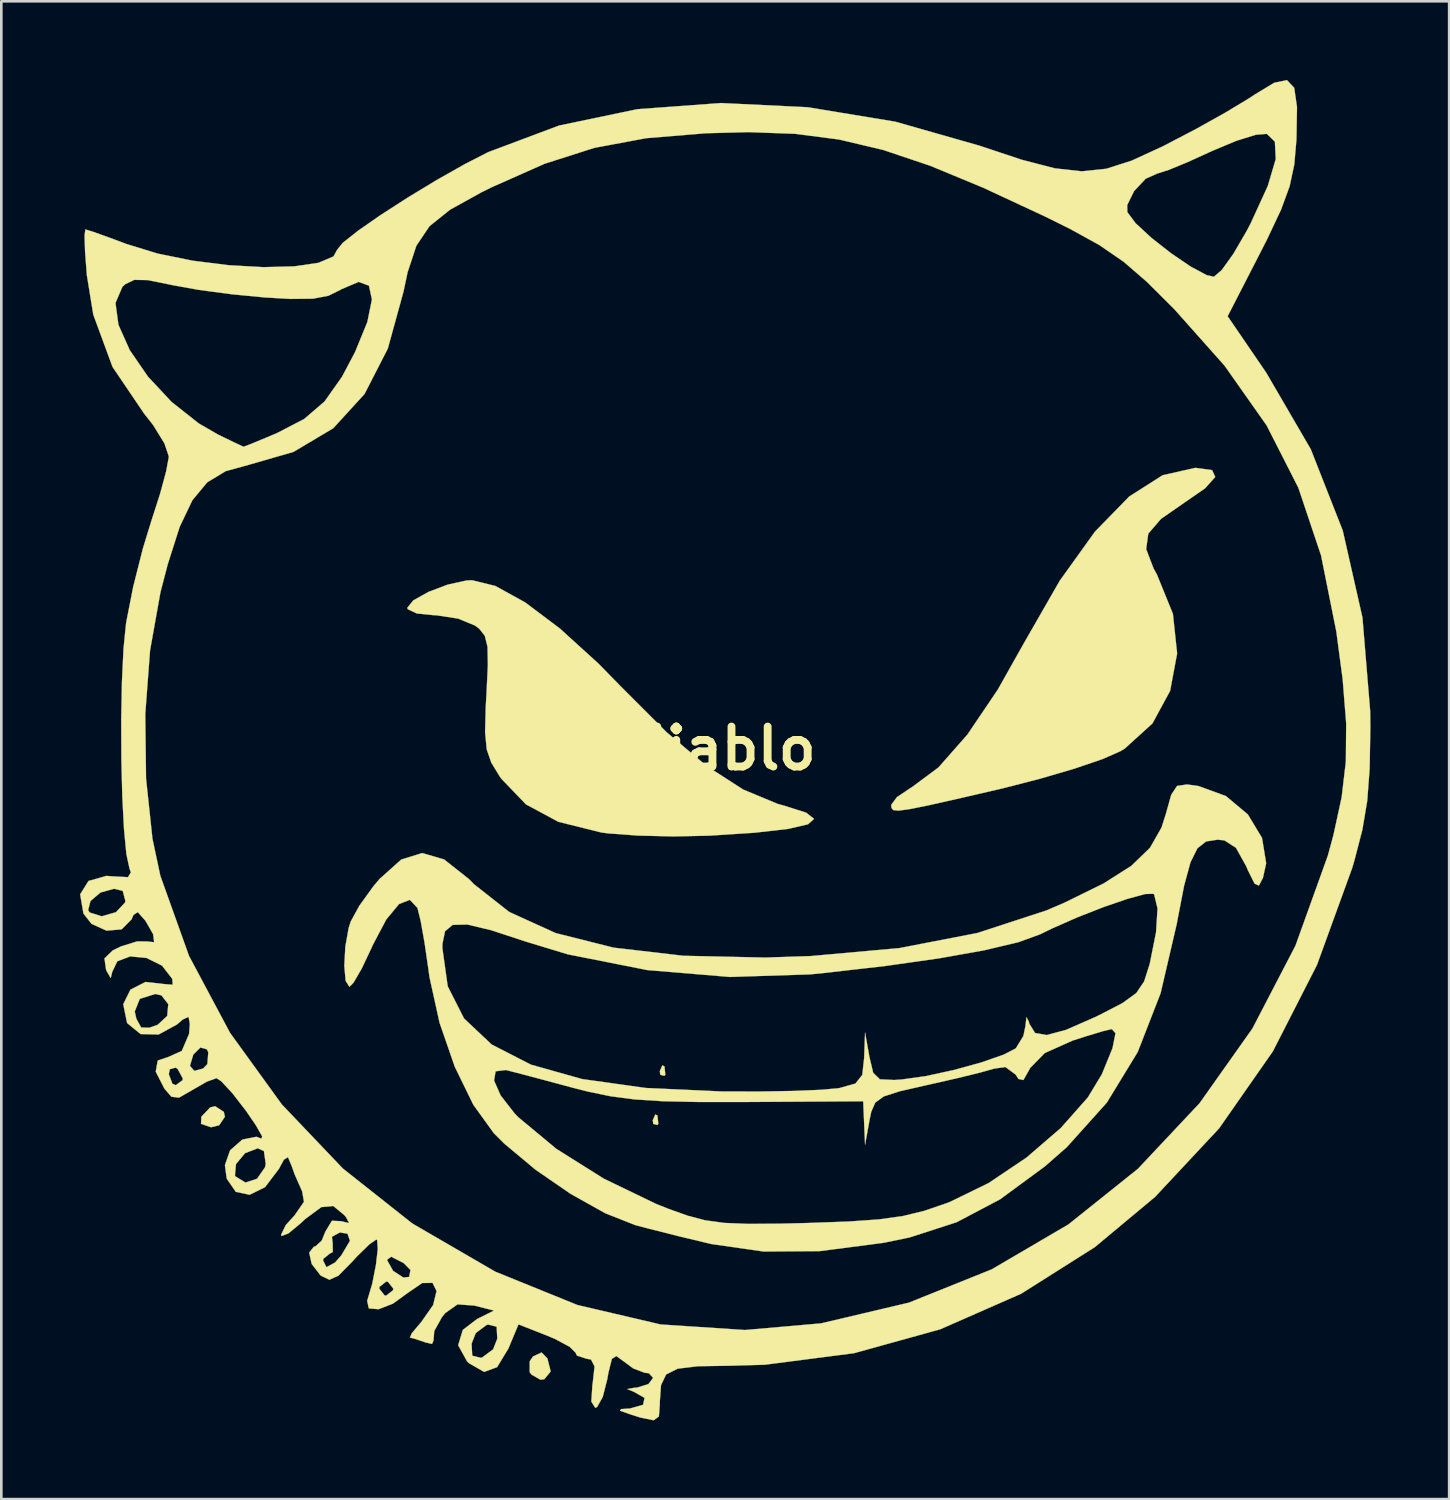
<source format=kicad_pcb>
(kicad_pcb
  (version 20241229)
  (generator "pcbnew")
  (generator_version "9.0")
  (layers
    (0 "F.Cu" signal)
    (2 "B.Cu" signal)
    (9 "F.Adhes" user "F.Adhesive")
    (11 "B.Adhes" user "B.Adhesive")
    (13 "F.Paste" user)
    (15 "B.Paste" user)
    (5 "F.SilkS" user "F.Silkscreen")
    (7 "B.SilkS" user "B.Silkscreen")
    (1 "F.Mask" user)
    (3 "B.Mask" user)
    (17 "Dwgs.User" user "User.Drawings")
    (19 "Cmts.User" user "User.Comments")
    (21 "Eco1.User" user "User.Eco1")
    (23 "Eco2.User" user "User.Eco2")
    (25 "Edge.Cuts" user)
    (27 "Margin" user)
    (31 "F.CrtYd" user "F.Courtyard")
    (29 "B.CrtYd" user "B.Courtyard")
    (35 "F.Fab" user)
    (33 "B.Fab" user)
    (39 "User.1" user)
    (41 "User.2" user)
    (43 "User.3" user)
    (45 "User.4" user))
  (footprint "diablo"
    (layer "F.Cu")
    (at 24.506 25.48)
    (property "Reference" "diablo" (at 0 0 0) (layer "F.SilkS") (effects (font (size 1.524 1.524) (thickness 0.3))))
    (attr through_hole)
    (fp_poly (pts (xy -2.495 13.992) (xy -2.463 14.31) (xy -2.495 14.349) (xy -2.654 14.312) (xy -2.674 14.171) (xy -2.576 13.95) (xy -2.495 13.992)) (stroke (width 0.01) (type solid)) (fill yes) (layer "F.SilkS"))
    (fp_poly (pts (xy -2.228 12.121) (xy -2.196 12.438) (xy -2.228 12.477) (xy -2.387 12.44) (xy -2.406 12.299) (xy -2.308 12.079) (xy -2.228 12.121)) (stroke (width 0.01) (type solid)) (fill yes) (layer "F.SilkS"))
    (fp_poly (pts (xy -19.026 13.85) (xy -18.983 14.037) (xy -19.205 14.364) (xy -19.51 14.438) (xy -19.893 14.308) (xy -19.882 14.037) (xy -19.545 13.682) (xy -19.356 13.636) (xy -19.026 13.85)) (stroke (width 0.01) (type solid)) (fill yes) (layer "F.SilkS"))
    (fp_poly (pts (xy -6.691 23.251) (xy -6.565 23.747) (xy -6.809 24.042) (xy -6.952 24.063) (xy -7.294 23.868) (xy -7.367 23.772) (xy -7.365 23.359) (xy -7.238 23.173) (xy -6.91 23.023) (xy -6.691 23.251)) (stroke (width 0.01) (type solid)) (fill yes) (layer "F.SilkS"))
    (fp_poly (pts (xy 18.647 -10.609) (xy 18.766 -10.349) (xy 18.379 -9.917) (xy 17.634 -9.402) (xy 16.699 -8.752) (xy 16.214 -8.19) (xy 16.133 -7.6) (xy 16.412 -6.867) (xy 16.544 -6.628) (xy 17.153 -5.131) (xy 17.313 -3.621) (xy 17.046 -2.196) (xy 16.372 -0.954) (xy 15.312 0.007) (xy 15.147 0.106) (xy 14.468 0.404) (xy 13.403 0.767) (xy 12.089 1.153) (xy 10.662 1.52) (xy 10.427 1.575) (xy 8.905 1.926) (xy 7.826 2.169) (xy 7.116 2.312) (xy 6.696 2.369) (xy 6.491 2.348) (xy 6.423 2.262) (xy 6.417 2.146) (xy 6.631 1.856) (xy 7.149 1.507) (xy 7.188 1.486) (xy 8.215 0.724) (xy 9.32 -0.531) (xy 10.478 -2.245) (xy 11.465 -4) (xy 12.84 -6.396) (xy 14.182 -8.266) (xy 15.489 -9.606) (xy 16.761 -10.416) (xy 17.996 -10.695) (xy 18.023 -10.695) (xy 18.647 -10.609)) (stroke (width 0.01) (type solid)) (fill yes) (layer "F.SilkS"))
    (fp_poly (pts (xy -8.674 -6.195) (xy -7.538 -5.568) (xy -6.213 -4.571) (xy -4.751 -3.242) (xy -3.848 -2.32) (xy -2.135 -0.608) (xy -0.614 0.673) (xy 0.773 1.566) (xy 2.084 2.111) (xy 2.339 2.182) (xy 3.173 2.447) (xy 3.473 2.683) (xy 3.244 2.889) (xy 2.486 3.066) (xy 1.202 3.212) (xy -0.535 3.324) (xy -1.876 3.352) (xy -3.229 3.321) (xy -4.359 3.238) (xy -4.645 3.2) (xy -6.273 2.795) (xy -7.508 2.131) (xy -8.448 1.152) (xy -8.515 1.055) (xy -8.828 0.542) (xy -9.003 0.038) (xy -9.066 -0.618) (xy -9.041 -1.584) (xy -9.013 -2.077) (xy -8.96 -3.179) (xy -8.973 -3.876) (xy -9.076 -4.294) (xy -9.287 -4.563) (xy -9.447 -4.684) (xy -10.095 -4.951) (xy -10.927 -5.078) (xy -11.022 -5.08) (xy -11.669 -5.146) (xy -12.014 -5.309) (xy -12.032 -5.361) (xy -11.8 -5.647) (xy -11.227 -5.967) (xy -10.493 -6.245) (xy -9.779 -6.402) (xy -9.567 -6.414) (xy -8.674 -6.195)) (stroke (width 0.01) (type solid)) (fill yes) (layer "F.SilkS"))
    (fp_poly (pts (xy 18.128 1.432) (xy 19.173 1.814) (xy 20.009 2.514) (xy 20.549 3.409) (xy 20.707 4.376) (xy 20.585 4.93) (xy 20.429 5.227) (xy 20.265 5.151) (xy 20.012 4.644) (xy 19.941 4.478) (xy 19.555 3.786) (xy 19.115 3.503) (xy 18.855 3.476) (xy 18.419 3.544) (xy 18.088 3.803) (xy 17.822 4.337) (xy 17.579 5.229) (xy 17.321 6.563) (xy 17.299 6.686) (xy 16.683 9.33) (xy 15.811 11.57) (xy 14.635 13.497) (xy 13.105 15.2) (xy 12.272 15.93) (xy 10.562 17.186) (xy 8.908 18.058) (xy 7.117 18.638) (xy 6.112 18.845) (xy 3.682 19.16) (xy 1.55 19.175) (xy -0.429 18.891) (xy -0.535 18.867) (xy -1.679 18.593) (xy -2.878 18.29) (xy -3.342 18.168) (xy -4.479 17.719) (xy -5.803 16.979) (xy -7.144 16.056) (xy -8.337 15.059) (xy -8.733 14.664) (xy -9.512 13.585) (xy -9.964 12.659) (xy -8.724 12.659) (xy -8.474 13.225) (xy -7.94 13.911) (xy -7.794 14.061) (xy -6.349 15.262) (xy -4.542 16.397) (xy -2.543 17.362) (xy -2.068 17.551) (xy -1.337 17.812) (xy -0.676 17.985) (xy 0.046 18.084) (xy 0.958 18.122) (xy 2.191 18.113) (xy 3.208 18.088) (xy 4.776 18.032) (xy 5.95 17.95) (xy 6.871 17.82) (xy 7.679 17.623) (xy 8.515 17.336) (xy 8.664 17.279) (xy 10.127 16.565) (xy 11.575 15.591) (xy 12.879 14.467) (xy 13.908 13.304) (xy 14.444 12.419) (xy 14.851 11.421) (xy 14.964 10.853) (xy 14.822 10.695) (xy 14.503 10.771) (xy 13.848 10.968) (xy 13.329 11.134) (xy 12.267 11.609) (xy 11.709 12.181) (xy 11.692 12.217) (xy 11.454 12.637) (xy 11.266 12.598) (xy 11.161 12.434) (xy 10.768 12.142) (xy 10.341 12.203) (xy 9.801 12.354) (xy 8.917 12.571) (xy 7.872 12.809) (xy 7.754 12.835) (xy 6.739 13.066) (xy 6.13 13.263) (xy 5.807 13.499) (xy 5.653 13.848) (xy 5.583 14.189) (xy 5.418 15.106) (xy 5.347 13.448) (xy 0.869 13.475) (xy -0.916 13.476) (xy -2.289 13.446) (xy -3.374 13.376) (xy -4.293 13.255) (xy -5.169 13.073) (xy -5.748 12.925) (xy -6.789 12.645) (xy -7.656 12.415) (xy -8.199 12.274) (xy -8.273 12.256) (xy -8.665 12.305) (xy -8.724 12.659) (xy -9.964 12.659) (xy -10.222 12.13) (xy -10.801 10.456) (xy -11.184 8.721) (xy -11.227 8.413) (xy -11.344 7.603) (xy -10.695 7.603) (xy -10.49 9.066) (xy -9.868 10.291) (xy -8.815 11.284) (xy -7.318 12.052) (xy -5.363 12.602) (xy -2.938 12.941) (xy -0.033 13.074) (xy 1.382 13.076) (xy 2.681 13.054) (xy 3.73 13.011) (xy 4.394 12.952) (xy 4.446 12.943) (xy 5.051 12.772) (xy 5.311 12.443) (xy 5.383 11.801) (xy 5.418 10.828) (xy 5.585 11.764) (xy 5.727 12.361) (xy 5.984 12.611) (xy 6.532 12.637) (xy 6.82 12.617) (xy 7.732 12.489) (xy 8.798 12.257) (xy 9.846 11.969) (xy 10.699 11.671) (xy 11.163 11.432) (xy 11.452 10.961) (xy 11.528 10.595) (xy 11.571 10.243) (xy 11.656 10.403) (xy 11.681 10.494) (xy 11.897 10.844) (xy 12.338 10.924) (xy 13.076 10.727) (xy 14.18 10.243) (xy 14.342 10.165) (xy 15.229 9.706) (xy 15.756 9.323) (xy 16.056 8.879) (xy 16.26 8.239) (xy 16.277 8.175) (xy 16.51 7.003) (xy 16.566 6.099) (xy 16.44 5.572) (xy 16.412 5.539) (xy 16.097 5.548) (xy 15.423 5.731) (xy 14.52 6.041) (xy 13.518 6.433) (xy 12.545 6.861) (xy 12.091 7.083) (xy 11.263 7.384) (xy 9.963 7.692) (xy 8.251 7.998) (xy 6.191 8.291) (xy 3.843 8.559) (xy 3.321 8.611) (xy 0.265 8.709) (xy -2.881 8.447) (xy -5.909 7.848) (xy -7.523 7.358) (xy -8.84 6.925) (xy -9.741 6.711) (xy -10.301 6.724) (xy -10.593 6.967) (xy -10.692 7.448) (xy -10.695 7.603) (xy -11.344 7.603) (xy -11.373 7.406) (xy -11.522 6.569) (xy -11.643 6.081) (xy -11.643 6.079) (xy -11.933 5.77) (xy -12.344 5.929) (xy -12.831 6.516) (xy -13.348 7.493) (xy -13.397 7.605) (xy -13.767 8.387) (xy -14.078 8.924) (xy -14.237 9.086) (xy -14.381 8.858) (xy -14.432 8.287) (xy -14.393 7.556) (xy -14.267 6.847) (xy -14.188 6.598) (xy -13.859 5.995) (xy -13.325 5.255) (xy -13.091 4.976) (xy -12.263 4.235) (xy -11.463 3.986) (xy -10.626 4.231) (xy -9.686 4.974) (xy -9.481 5.181) (xy -8.142 6.234) (xy -6.374 7.037) (xy -4.166 7.592) (xy -1.508 7.902) (xy 1.612 7.97) (xy 3.342 7.913) (xy 6.725 7.609) (xy 9.701 7.033) (xy 12.332 6.173) (xy 13.009 5.883) (xy 14.507 5.147) (xy 15.569 4.472) (xy 16.279 3.785) (xy 16.718 3.015) (xy 16.883 2.498) (xy 17.089 1.764) (xy 17.311 1.428) (xy 17.69 1.371) (xy 18.128 1.432)) (stroke (width 0.01) (type solid)) (fill yes) (layer "F.SilkS"))
    (fp_poly (pts (xy 21.776 -25.183) (xy 21.882 -24.455) (xy 21.862 -23.246) (xy 21.861 -23.207) (xy 21.78 -22.268) (xy 21.603 -21.436) (xy 21.277 -20.543) (xy 20.747 -19.419) (xy 20.506 -18.945) (xy 19.238 -16.476) (xy 20.711 -14.321) (xy 22.408 -11.405) (xy 23.626 -8.307) (xy 24.377 -4.991) (xy 24.672 -1.419) (xy 24.678 -0.802) (xy 24.652 0.762) (xy 24.56 1.993) (xy 24.375 3.094) (xy 24.072 4.263) (xy 23.983 4.564) (xy 22.643 8.252) (xy 20.962 11.545) (xy 18.914 14.479) (xy 16.475 17.09) (xy 14.173 19.01) (xy 11.369 20.783) (xy 8.283 22.139) (xy 4.998 23.05) (xy 1.598 23.49) (xy 0.266 23.528) (xy -0.949 23.547) (xy -1.727 23.641) (xy -2.165 23.862) (xy -2.359 24.266) (xy -2.406 24.907) (xy -2.406 25.021) (xy -2.441 25.463) (xy -2.64 25.607) (xy -3.144 25.504) (xy -3.476 25.4) (xy -3.926 25.243) (xy -3.882 25.181) (xy -3.543 25.159) (xy -3.043 25.017) (xy -2.988 24.753) (xy -3.406 24.516) (xy -3.409 24.515) (xy -3.647 24.418) (xy -3.374 24.367) (xy -3.275 24.362) (xy -2.839 24.228) (xy -2.661 23.991) (xy -2.823 23.814) (xy -2.987 23.796) (xy -3.418 23.631) (xy -3.762 23.377) (xy -4.062 23.159) (xy -4.234 23.268) (xy -4.365 23.794) (xy -4.409 24.046) (xy -4.582 24.72) (xy -4.795 25.101) (xy -4.866 25.133) (xy -5.016 24.898) (xy -4.975 24.259) (xy -4.964 24.197) (xy -4.893 23.555) (xy -5.028 23.292) (xy -5.202 23.261) (xy -5.565 23.141) (xy -5.615 23.034) (xy -5.84 22.808) (xy -6.408 22.504) (xy -6.704 22.38) (xy -7.793 21.952) (xy -8.178 22.874) (xy -8.608 23.582) (xy -9.103 23.764) (xy -9.685 23.428) (xy -9.753 23.362) (xy -10.091 22.749) (xy -10.073 22.686) (xy -9.58 22.686) (xy -9.556 23.146) (xy -9.235 23.225) (xy -9.179 23.215) (xy -8.76 22.904) (xy -8.601 22.499) (xy -8.625 22.04) (xy -8.946 21.96) (xy -9.002 21.97) (xy -9.421 22.281) (xy -9.58 22.686) (xy -10.073 22.686) (xy -9.916 22.164) (xy -9.373 21.748) (xy -8.724 21.425) (xy -9.479 21.235) (xy -10.117 21.189) (xy -10.588 21.524) (xy -10.711 21.678) (xy -11.004 22.206) (xy -11.031 22.564) (xy -11.089 22.698) (xy -11.341 22.638) (xy -11.794 22.486) (xy -11.93 22.459) (xy -11.86 22.292) (xy -11.522 21.889) (xy -11.507 21.874) (xy -11.047 21.217) (xy -10.915 20.682) (xy -11.068 20.369) (xy -11.464 20.376) (xy -11.991 20.737) (xy -12.582 21.164) (xy -13.128 21.374) (xy -13.498 21.343) (xy -13.561 21.05) (xy -13.546 21.007) (xy -13.422 20.587) (xy -13.101 20.587) (xy -12.898 20.847) (xy -12.834 20.855) (xy -12.574 20.651) (xy -12.566 20.587) (xy -12.77 20.328) (xy -12.834 20.32) (xy -13.093 20.523) (xy -13.101 20.587) (xy -13.422 20.587) (xy -13.366 20.397) (xy -13.227 19.69) (xy -13.204 19.493) (xy -12.806 19.493) (xy -12.574 19.91) (xy -12.179 20.168) (xy -11.961 20.143) (xy -11.91 19.879) (xy -12.172 19.614) (xy -12.646 19.372) (xy -12.806 19.493) (xy -13.204 19.493) (xy -13.156 19.073) (xy -13.181 18.735) (xy -13.209 18.716) (xy -13.473 18.897) (xy -13.94 19.354) (xy -14.144 19.576) (xy -14.658 20.097) (xy -15.001 20.251) (xy -15.319 20.098) (xy -15.344 20.078) (xy -15.676 19.647) (xy -15.704 19.518) (xy -15.24 19.518) (xy -15.113 19.773) (xy -14.783 19.593) (xy -14.543 19.317) (xy -14.215 18.764) (xy -14.311 18.494) (xy -14.6 18.448) (xy -14.904 18.613) (xy -14.876 18.849) (xy -14.87 19.194) (xy -14.981 19.251) (xy -15.233 19.454) (xy -15.24 19.518) (xy -15.704 19.518) (xy -15.77 19.216) (xy -15.59 18.988) (xy -15.539 18.983) (xy -15.293 18.76) (xy -15.153 18.414) (xy -14.904 18.002) (xy -14.55 18.019) (xy -14.248 18.093) (xy -14.364 17.87) (xy -14.433 17.786) (xy -14.852 17.44) (xy -15.308 17.482) (xy -15.92 17.934) (xy -16.094 18.097) (xy -16.562 18.485) (xy -16.824 18.584) (xy -16.844 18.54) (xy -16.664 18.168) (xy -16.325 17.794) (xy -15.969 17.279) (xy -16.038 16.883) (xy -16.322 16.24) (xy -16.437 15.918) (xy -16.579 15.578) (xy -16.736 15.675) (xy -16.925 16.025) (xy -17.453 16.722) (xy -18.04 17.011) (xy -18.568 16.9) (xy -18.913 16.398) (xy -18.93 16.276) (xy -18.6 16.276) (xy -18.58 16.313) (xy -18.201 16.546) (xy -17.758 16.402) (xy -17.454 15.964) (xy -17.427 15.839) (xy -17.496 15.346) (xy -17.729 15.24) (xy -18.215 15.425) (xy -18.561 15.841) (xy -18.6 16.276) (xy -18.93 16.276) (xy -18.983 15.885) (xy -18.785 15.316) (xy -18.32 14.908) (xy -17.782 14.801) (xy -17.591 14.873) (xy -17.562 14.787) (xy -17.8 14.367) (xy -18.176 13.816) (xy -18.7 13.139) (xy -19.122 12.685) (xy -19.305 12.566) (xy -19.674 12.701) (xy -20.228 13.019) (xy -20.731 13.309) (xy -21.024 13.275) (xy -21.288 12.968) (xy -21.57 12.417) (xy -21.122 12.417) (xy -20.983 12.783) (xy -20.855 12.834) (xy -20.595 12.642) (xy -20.587 12.582) (xy -20.782 12.22) (xy -20.855 12.165) (xy -21.084 12.226) (xy -21.122 12.417) (xy -21.57 12.417) (xy -21.62 12.319) (xy -21.581 12.098) (xy -20.316 12.098) (xy -20.149 12.29) (xy -19.815 12.2) (xy -19.652 12.032) (xy -19.617 11.585) (xy -19.669 11.468) (xy -19.917 11.398) (xy -20.188 11.666) (xy -20.316 12.098) (xy -21.581 12.098) (xy -21.544 11.894) (xy -21.151 11.764) (xy -20.626 11.529) (xy -20.349 10.879) (xy -20.32 10.498) (xy -20.368 10.229) (xy -20.597 10.335) (xy -20.809 10.52) (xy -21.508 10.902) (xy -22.197 10.886) (xy -22.699 10.476) (xy -22.716 10.447) (xy -22.801 10.027) (xy -22.421 10.027) (xy -22.357 10.306) (xy -22.175 10.636) (xy -21.867 10.646) (xy -21.545 10.532) (xy -21.183 10.196) (xy -21.142 9.746) (xy -21.403 9.411) (xy -21.641 9.358) (xy -22.228 9.544) (xy -22.421 10.027) (xy -22.801 10.027) (xy -22.858 9.749) (xy -22.584 9.193) (xy -22.012 8.9) (xy -21.29 8.981) (xy -20.972 9.006) (xy -20.991 8.78) (xy -21.378 8.279) (xy -21.967 7.987) (xy -22.592 7.925) (xy -23.085 8.111) (xy -23.28 8.52) (xy -23.335 8.752) (xy -23.488 8.49) (xy -23.515 8.422) (xy -23.574 8.002) (xy -23.254 7.694) (xy -22.947 7.546) (xy -22.328 7.353) (xy -21.917 7.357) (xy -21.91 7.362) (xy -21.681 7.383) (xy -21.72 7.078) (xy -22.008 6.574) (xy -22.015 6.564) (xy -22.304 6.237) (xy -22.471 6.347) (xy -22.541 6.513) (xy -22.92 6.895) (xy -23.496 6.944) (xy -24.066 6.686) (xy -24.376 6.291) (xy -24.398 6.162) (xy -24.197 6.162) (xy -24.139 6.252) (xy -23.678 6.397) (xy -23.135 6.24) (xy -22.791 5.872) (xy -22.776 5.815) (xy -22.878 5.427) (xy -23.209 5.347) (xy -23.725 5.49) (xy -24.107 5.813) (xy -24.197 6.162) (xy -24.398 6.162) (xy -24.501 5.558) (xy -24.183 5.05) (xy -23.5 4.857) (xy -23.198 4.879) (xy -22.678 4.905) (xy -22.568 4.725) (xy -22.622 4.567) (xy -22.739 4.025) (xy -22.83 3.068) (xy -22.895 1.813) (xy -22.93 0.38) (xy -22.935 -1.112) (xy -22.931 -1.31) (xy -22.019 -1.31) (xy -21.989 1.148) (xy -21.745 3.441) (xy -21.445 4.851) (xy -20.352 7.906) (xy -18.787 10.841) (xy -16.811 13.571) (xy -14.487 16.011) (xy -11.877 18.077) (xy -11.782 18.14) (xy -8.677 19.943) (xy -5.544 21.214) (xy -2.375 21.955) (xy 0.838 22.167) (xy 3.743 21.913) (xy 7.095 21.122) (xy 10.248 19.854) (xy 13.168 18.143) (xy 15.819 16.022) (xy 18.168 13.522) (xy 20.181 10.678) (xy 21.823 7.52) (xy 23.059 4.083) (xy 23.273 3.295) (xy 23.584 1.862) (xy 23.745 0.494) (xy 23.757 -0.959) (xy 23.622 -2.646) (xy 23.382 -4.454) (xy 22.799 -7.36) (xy 21.934 -9.939) (xy 20.727 -12.311) (xy 19.119 -14.594) (xy 17.209 -16.741) (xy 16.167 -17.78) (xy 15.275 -18.552) (xy 14.356 -19.184) (xy 13.234 -19.804) (xy 12.299 -20.267) (xy 11.34 -20.714) (xy 15.41 -20.714) (xy 15.414 -20.446) (xy 15.728 -20.025) (xy 16.33 -19.467) (xy 17.079 -18.879) (xy 17.83 -18.369) (xy 18.441 -18.042) (xy 18.716 -17.981) (xy 19.015 -18.237) (xy 19.459 -18.858) (xy 19.965 -19.727) (xy 20.119 -20.022) (xy 20.768 -21.438) (xy 21.073 -22.468) (xy 21.039 -23.131) (xy 20.732 -23.428) (xy 20.311 -23.393) (xy 19.569 -23.162) (xy 18.662 -22.783) (xy 18.592 -22.751) (xy 17.697 -22.344) (xy 16.981 -22.049) (xy 16.589 -21.925) (xy 16.576 -21.924) (xy 16.116 -21.719) (xy 15.672 -21.246) (xy 15.41 -20.714) (xy 11.34 -20.714) (xy 9.934 -21.369) (xy 7.908 -22.209) (xy 6.11 -22.814) (xy 4.429 -23.212) (xy 2.755 -23.429) (xy 0.976 -23.494) (xy -0.647 -23.451) (xy -2.924 -23.263) (xy -4.902 -22.894) (xy -6.799 -22.287) (xy -8.833 -21.385) (xy -9.224 -21.189) (xy -10.401 -20.537) (xy -11.184 -19.909) (xy -11.686 -19.162) (xy -12.02 -18.15) (xy -12.176 -17.413) (xy -12.773 -15.244) (xy -13.659 -13.515) (xy -14.852 -12.208) (xy -16.367 -11.306) (xy -18.062 -10.816) (xy -18.953 -10.571) (xy -19.656 -10.146) (xy -20.223 -9.463) (xy -20.708 -8.446) (xy -21.163 -7.019) (xy -21.44 -5.956) (xy -21.836 -3.741) (xy -22.019 -1.31) (xy -22.931 -1.31) (xy -22.908 -2.546) (xy -22.848 -3.802) (xy -22.752 -4.762) (xy -22.745 -4.809) (xy -22.481 -6.154) (xy -22.107 -7.632) (xy -21.78 -8.695) (xy -21.458 -9.696) (xy -21.224 -10.556) (xy -21.123 -11.103) (xy -21.122 -11.135) (xy -21.289 -11.631) (xy -21.716 -12.324) (xy -22.067 -12.772) (xy -23.267 -14.545) (xy -24 -16.537) (xy -24.073 -16.984) (xy -23.154 -16.984) (xy -23.042 -16.15) (xy -22.61 -15.183) (xy -21.917 -14.175) (xy -21.02 -13.213) (xy -19.978 -12.389) (xy -19.251 -11.969) (xy -18.646 -11.675) (xy -18.298 -11.513) (xy -18.27 -11.503) (xy -18.022 -11.595) (xy -17.436 -11.837) (xy -16.975 -12.033) (xy -15.959 -12.561) (xy -15.185 -13.227) (xy -14.517 -14.172) (xy -14.024 -15.106) (xy -13.553 -16.257) (xy -13.379 -17.117) (xy -13.493 -17.641) (xy -13.885 -17.785) (xy -14.544 -17.506) (xy -14.576 -17.485) (xy -15.037 -17.257) (xy -15.626 -17.145) (xy -16.486 -17.136) (xy -17.458 -17.192) (xy -18.721 -17.313) (xy -19.988 -17.482) (xy -21.001 -17.665) (xy -21.065 -17.68) (xy -21.923 -17.854) (xy -22.439 -17.862) (xy -22.779 -17.699) (xy -22.89 -17.598) (xy -23.154 -16.984) (xy -24.073 -16.984) (xy -24.245 -18.04) (xy -24.313 -18.925) (xy -24.333 -19.553) (xy -24.302 -19.785) (xy -24.016 -19.698) (xy -23.382 -19.471) (xy -22.731 -19.228) (xy -21.543 -18.863) (xy -20.212 -18.593) (xy -18.834 -18.42) (xy -17.51 -18.347) (xy -16.338 -18.377) (xy -15.416 -18.512) (xy -14.845 -18.755) (xy -14.705 -19.009) (xy -14.488 -19.277) (xy -13.901 -19.74) (xy -13.044 -20.336) (xy -12.014 -21) (xy -10.91 -21.668) (xy -9.831 -22.278) (xy -8.947 -22.731) (xy -6.247 -23.744) (xy -3.262 -24.368) (xy -0.075 -24.602) (xy 3.229 -24.443) (xy 6.569 -23.892) (xy 9.779 -22.977) (xy 11.394 -22.44) (xy 12.65 -22.114) (xy 13.678 -22) (xy 14.611 -22.097) (xy 15.581 -22.407) (xy 16.72 -22.93) (xy 16.871 -23.006) (xy 18.031 -23.612) (xy 19.16 -24.243) (xy 20.065 -24.789) (xy 20.283 -24.934) (xy 21.018 -25.377) (xy 21.501 -25.475) (xy 21.776 -25.183)) (stroke (width 0.01) (type solid)) (fill yes) (layer "F.SilkS")))
  (gr_rect
    (start -3 -3)
    (end 52.188 54.092)
    (stroke (width 0.1) (type default))
    (fill no)
    (layer "Edge.Cuts")))
</source>
